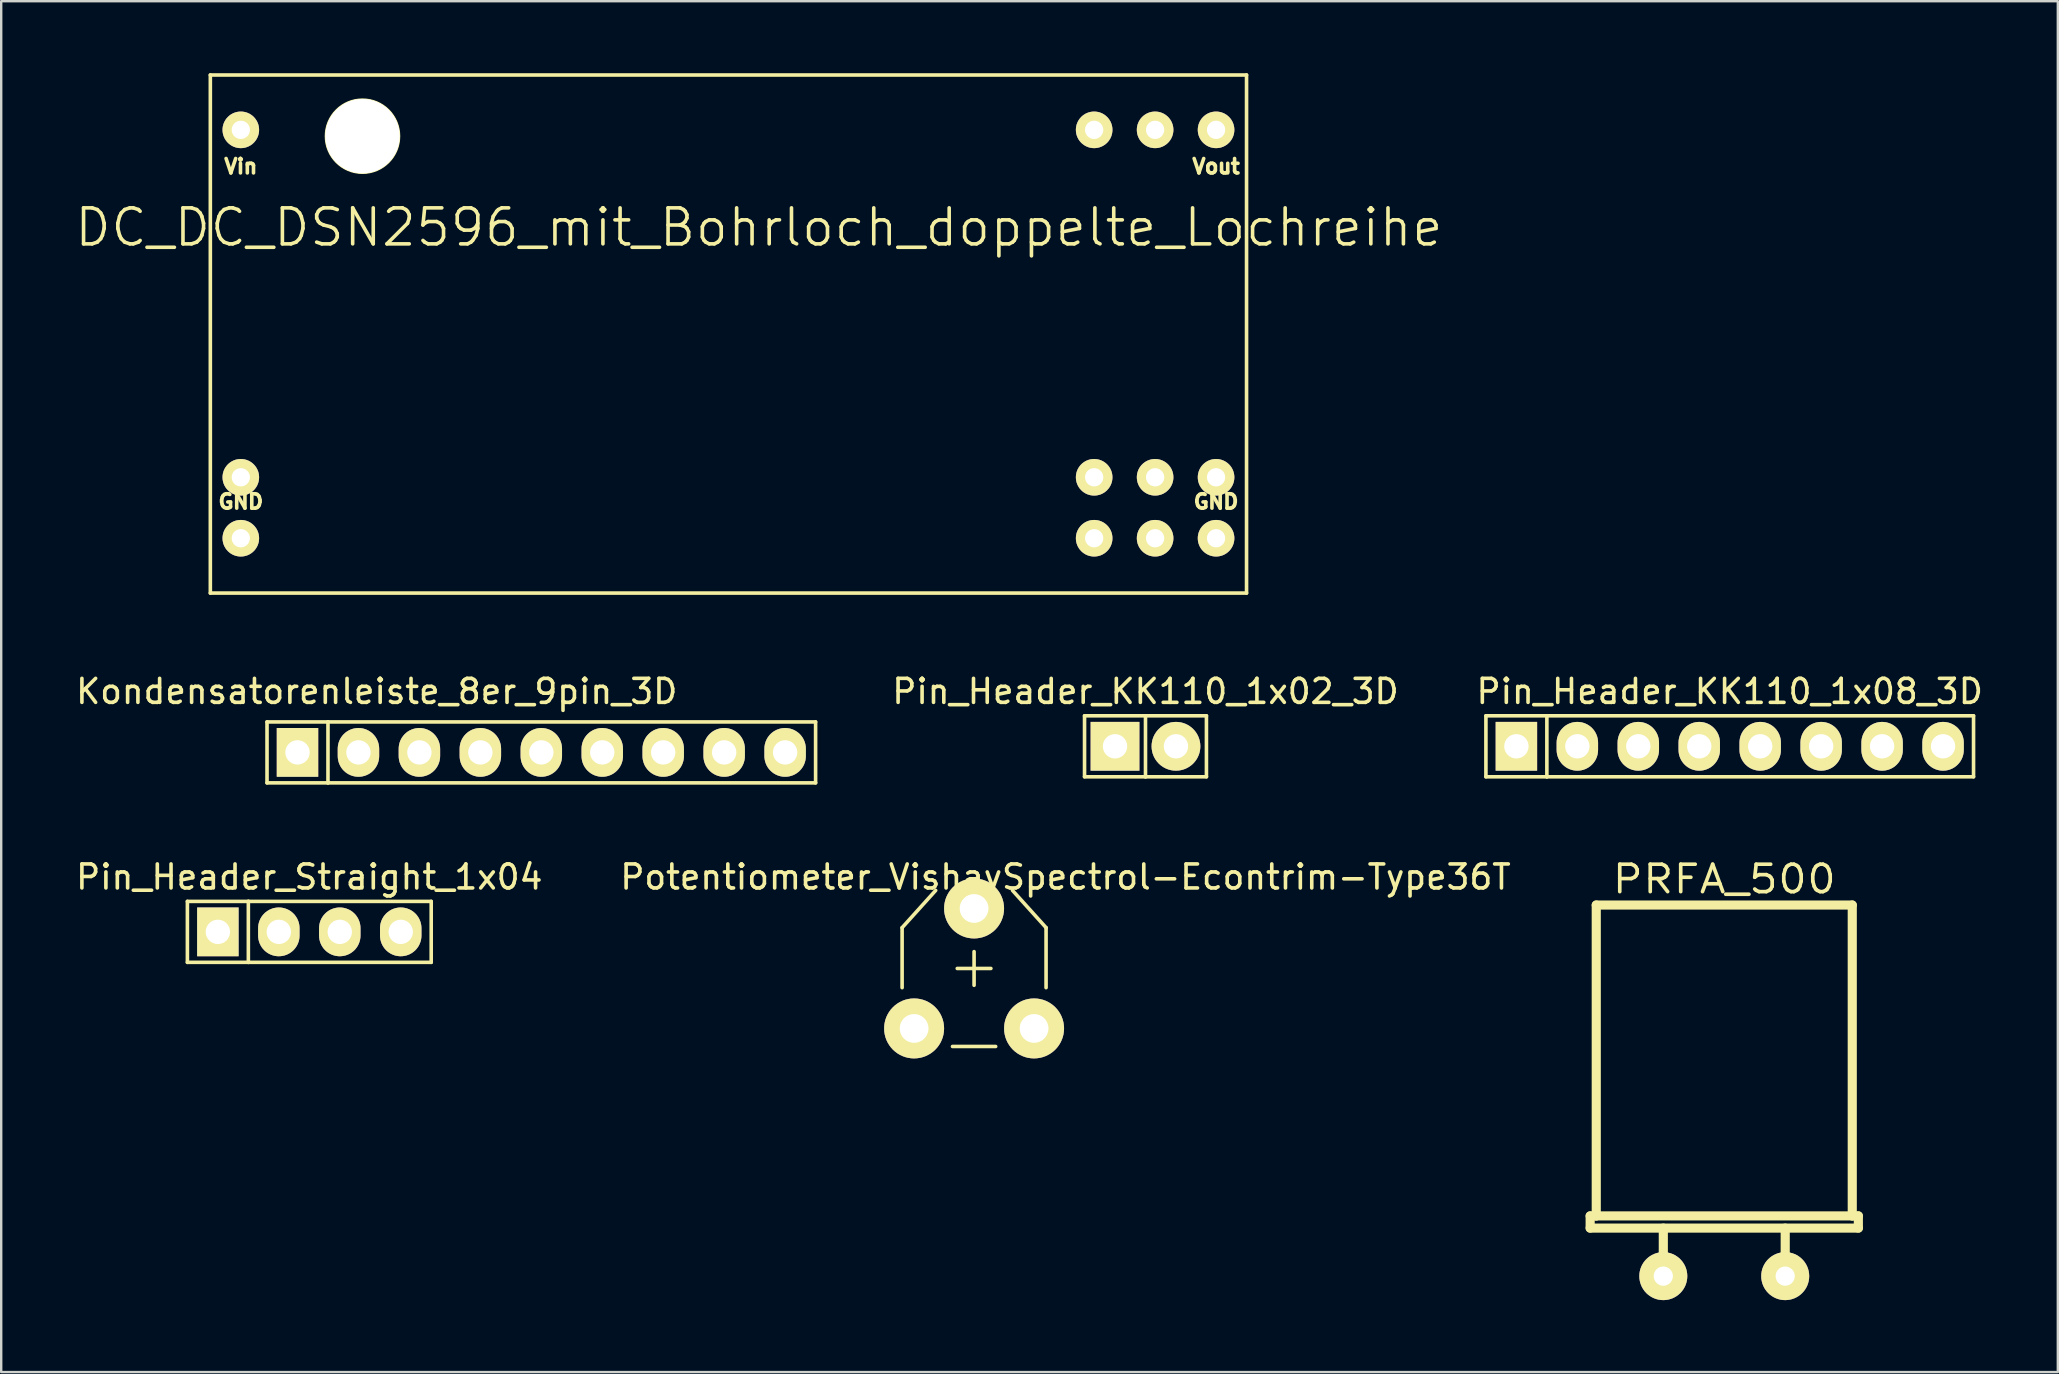
<source format=kicad_pcb>
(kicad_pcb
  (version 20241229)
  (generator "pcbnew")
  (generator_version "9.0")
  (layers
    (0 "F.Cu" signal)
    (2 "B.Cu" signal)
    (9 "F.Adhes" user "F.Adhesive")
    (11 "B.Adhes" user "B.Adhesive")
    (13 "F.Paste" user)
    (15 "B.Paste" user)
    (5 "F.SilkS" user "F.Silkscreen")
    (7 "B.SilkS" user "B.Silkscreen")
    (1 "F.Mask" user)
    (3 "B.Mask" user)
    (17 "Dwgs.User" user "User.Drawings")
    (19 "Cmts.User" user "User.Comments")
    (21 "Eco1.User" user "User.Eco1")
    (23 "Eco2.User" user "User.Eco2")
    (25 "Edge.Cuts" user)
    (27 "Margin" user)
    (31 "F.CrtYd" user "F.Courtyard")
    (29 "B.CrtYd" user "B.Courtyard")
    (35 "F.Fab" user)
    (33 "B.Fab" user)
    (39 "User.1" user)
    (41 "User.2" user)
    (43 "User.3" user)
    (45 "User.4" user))
  (footprint "Potentiometer_VishaySpectrol-Econtrim-Type36T"
    (layer "F.Cu")
    (at 35.042 39.806)
    (property "Reference" "Potentiometer_VishaySpectrol-Econtrim-Type36T" (at 6.309 -6.309 0) (layer "F.SilkS") (effects (font (size 1 1) (thickness 0.15))))
    (attr through_hole)
    (fp_line (start -0.5 -4.199) (end -0.5 -1.699) (stroke (width 0.15) (type solid)) (layer "F.SilkS"))
    (fp_line (start 0.899 -5.751) (end -0.5 -4.199) (stroke (width 0.15) (type solid)) (layer "F.SilkS"))
    (fp_line (start 1.6 0.752) (end 3.399 0.752) (stroke (width 0.15) (type solid)) (layer "F.SilkS"))
    (fp_line (start 1.798 -2.499) (end 3.2 -2.499) (stroke (width 0.15) (type solid)) (layer "F.SilkS"))
    (fp_line (start 2.499 -1.798) (end 2.499 -3.2) (stroke (width 0.15) (type solid)) (layer "F.SilkS"))
    (fp_line (start 4.1 -5.751) (end 5.499 -4.199) (stroke (width 0.15) (type solid)) (layer "F.SilkS"))
    (fp_line (start 5.499 -4.199) (end 5.499 -1.699) (stroke (width 0.15) (type solid)) (layer "F.SilkS"))
    (pad "1" thru_hole circle (at 0 0) (size 2.499 2.499) (drill 1.199) (layers "*.Cu" "*.Mask" "F.SilkS"))
    (pad "2" thru_hole circle (at 2.499 -4.999) (size 2.499 2.499) (drill 1.199) (layers "*.Cu" "*.Mask" "F.SilkS"))
    (pad "3" thru_hole circle (at 4.999 0) (size 2.499 2.499) (drill 1.199) (layers "*.Cu" "*.Mask" "F.SilkS")))
  (footprint "Kondensatorenleiste_8er_9pin_3D"
    (layer "F.Cu")
    (at 19.507 28.303)
    (property "Reference" "Kondensatorenleiste_8er_9pin_3D" (at -6.858 -2.54 0) (layer "F.SilkS") (effects (font (size 1 1) (thickness 0.15))))
    (attr through_hole)
    (fp_line (start -11.43 -1.27) (end -11.43 1.27) (stroke (width 0.15) (type solid)) (layer "F.SilkS"))
    (fp_line (start -11.43 -1.27) (end -8.89 -1.27) (stroke (width 0.15) (type solid)) (layer "F.SilkS"))
    (fp_line (start -11.43 1.27) (end -8.89 1.27) (stroke (width 0.15) (type solid)) (layer "F.SilkS"))
    (fp_line (start -8.89 -1.27) (end -8.89 1.27) (stroke (width 0.15) (type solid)) (layer "F.SilkS"))
    (fp_line (start -8.89 -1.27) (end 11.43 -1.27) (stroke (width 0.15) (type solid)) (layer "F.SilkS"))
    (fp_line (start 11.43 -1.27) (end 11.43 1.27) (stroke (width 0.15) (type solid)) (layer "F.SilkS"))
    (fp_line (start 11.43 1.27) (end -8.89 1.27) (stroke (width 0.15) (type solid)) (layer "F.SilkS"))
    (pad "1" thru_hole rect (at -10.16 0) (size 1.727 2.032) (drill 1.016) (layers "*.Cu" "*.Mask" "F.SilkS"))
    (pad "2" thru_hole oval (at -7.62 0) (size 1.727 2.032) (drill 1.016) (layers "*.Cu" "*.Mask" "F.SilkS"))
    (pad "3" thru_hole oval (at -5.08 0) (size 1.727 2.032) (drill 1.016) (layers "*.Cu" "*.Mask" "F.SilkS"))
    (pad "4" thru_hole oval (at -2.54 0) (size 1.727 2.032) (drill 1.016) (layers "*.Cu" "*.Mask" "F.SilkS"))
    (pad "5" thru_hole oval (at 0 0) (size 1.727 2.032) (drill 1.016) (layers "*.Cu" "*.Mask" "F.SilkS"))
    (pad "6" thru_hole oval (at 2.54 0) (size 1.727 2.032) (drill 1.016) (layers "*.Cu" "*.Mask" "F.SilkS"))
    (pad "7" thru_hole oval (at 5.08 0) (size 1.727 2.032) (drill 1.016) (layers "*.Cu" "*.Mask" "F.SilkS"))
    (pad "8" thru_hole oval (at 7.62 0) (size 1.727 2.032) (drill 1.016) (layers "*.Cu" "*.Mask" "F.SilkS"))
    (pad "9" thru_hole oval (at 10.16 0) (size 1.727 2.032) (drill 1.016) (layers "*.Cu" "*.Mask" "F.SilkS")))
  (footprint "DC_DC_DSN2596_mit_Bohrloch_doppelte_Lochreihe"
    (layer "F.Cu")
    (at 5.715 21.665)
    (property "Reference" "DC_DC_DSN2596_mit_Bohrloch_doppelte_Lochreihe" (at 22.86 -15.24 0) (layer "F.SilkS") (effects (font (size 1.5 1.5) (thickness 0.15))))
    (attr through_hole)
    (fp_line (start 0 -21.59) (end 43.18 -21.59) (stroke (width 0.15) (type solid)) (layer "F.SilkS"))
    (fp_line (start 0 0) (end 0 -21.59) (stroke (width 0.15) (type solid)) (layer "F.SilkS"))
    (fp_line (start 43.18 -21.59) (end 43.18 0) (stroke (width 0.15) (type solid)) (layer "F.SilkS"))
    (fp_line (start 43.18 0) (end 0 0) (stroke (width 0.15) (type solid)) (layer "F.SilkS"))
    (fp_circle (center 6.34 -19.04) (end 4.84 -19.04) (stroke (width 0.15) (type solid)) (fill no) (layer "F.SilkS"))
    (fp_text user "GND" (at 1.27 -3.81 0) (layer "F.SilkS") (effects (font (size 0.6 0.6) (thickness 0.15))))
    (fp_text user "Vin" (at 1.27 -17.78 0) (layer "F.SilkS") (effects (font (size 0.6 0.6) (thickness 0.15))))
    (fp_text user "Vout" (at 41.91 -17.78 0) (layer "F.SilkS") (effects (font (size 0.6 0.6) (thickness 0.15))))
    (fp_text user "GND" (at 41.91 -3.81 0) (layer "F.SilkS") (effects (font (size 0.6 0.6) (thickness 0.15))))
    (pad "1" thru_hole circle (at 36.83 -4.826) (size 1.524 1.524) (drill 0.762) (layers "*.Cu" "*.Mask" "F.SilkS"))
    (pad "1" thru_hole circle (at 36.83 -2.286) (size 1.524 1.524) (drill 0.762) (layers "*.Cu" "*.Mask" "F.SilkS"))
    (pad "1" thru_hole circle (at 39.37 -4.826) (size 1.524 1.524) (drill 0.762) (layers "*.Cu" "*.Mask" "F.SilkS"))
    (pad "1" thru_hole circle (at 39.37 -2.286) (size 1.524 1.524) (drill 0.762) (layers "*.Cu" "*.Mask" "F.SilkS"))
    (pad "1" thru_hole circle (at 41.91 -4.826) (size 1.524 1.524) (drill 0.762) (layers "*.Cu" "*.Mask" "F.SilkS"))
    (pad "1" thru_hole circle (at 41.91 -2.286) (size 1.524 1.524) (drill 0.762) (layers "*.Cu" "*.Mask" "F.SilkS"))
    (pad "2" thru_hole circle (at 36.83 -19.304) (size 1.524 1.524) (drill 0.762) (layers "*.Cu" "*.Mask" "F.SilkS"))
    (pad "2" thru_hole circle (at 39.37 -19.304) (size 1.524 1.524) (drill 0.762) (layers "*.Cu" "*.Mask" "F.SilkS"))
    (pad "2" thru_hole circle (at 41.91 -19.304) (size 1.524 1.524) (drill 0.762) (layers "*.Cu" "*.Mask" "F.SilkS"))
    (pad "3" thru_hole circle (at 1.27 -19.304) (size 1.524 1.524) (drill 0.762) (layers "*.Cu" "*.Mask" "F.SilkS"))
    (pad "4" thru_hole circle (at 1.27 -4.826) (size 1.524 1.524) (drill 0.762) (layers "*.Cu" "*.Mask" "F.SilkS"))
    (pad "4" thru_hole circle (at 1.27 -2.286) (size 1.524 1.524) (drill 0.762) (layers "*.Cu" "*.Mask" "F.SilkS"))
    (pad "~" thru_hole circle (at 6.34 -19.04) (size 3.1 3.1) (drill 3.1) (layers "*.Cu" "*.Mask" "F.SilkS")))
  (footprint "Pin_Header_KK110_1x02_3D"
    (layer "F.Cu")
    (at 44.684 28.049)
    (property "Reference" "Pin_Header_KK110_1x02_3D" (at 0 -2.286 0) (layer "F.SilkS") (effects (font (size 1 1) (thickness 0.15))))
    (attr through_hole)
    (fp_line (start -2.54 -1.27) (end -2.54 1.27) (stroke (width 0.15) (type solid)) (layer "F.SilkS"))
    (fp_line (start -2.54 1.27) (end 0 1.27) (stroke (width 0.15) (type solid)) (layer "F.SilkS"))
    (fp_line (start 0 -1.27) (end 0 1.27) (stroke (width 0.15) (type solid)) (layer "F.SilkS"))
    (fp_line (start 0 1.27) (end 2.54 1.27) (stroke (width 0.15) (type solid)) (layer "F.SilkS"))
    (fp_line (start 2.54 -1.27) (end -2.54 -1.27) (stroke (width 0.15) (type solid)) (layer "F.SilkS"))
    (fp_line (start 2.54 1.27) (end 2.54 -1.27) (stroke (width 0.15) (type solid)) (layer "F.SilkS"))
    (pad "1" thru_hole rect (at -1.27 0) (size 2.032 2.032) (drill 1.016) (layers "*.Cu" "*.Mask" "F.SilkS"))
    (pad "2" thru_hole oval (at 1.27 0) (size 2.032 2.032) (drill 1.016) (layers "*.Cu" "*.Mask" "F.SilkS")))
  (footprint "Pin_Header_KK110_1x08_3D"
    (layer "F.Cu")
    (at 69.03 28.049)
    (property "Reference" "Pin_Header_KK110_1x08_3D" (at 0 -2.286 0) (layer "F.SilkS") (effects (font (size 1 1) (thickness 0.15))))
    (attr through_hole)
    (fp_line (start -10.16 -1.27) (end -10.16 1.27) (stroke (width 0.15) (type solid)) (layer "F.SilkS"))
    (fp_line (start -10.16 -1.27) (end -7.62 -1.27) (stroke (width 0.15) (type solid)) (layer "F.SilkS"))
    (fp_line (start -10.16 1.27) (end -7.62 1.27) (stroke (width 0.15) (type solid)) (layer "F.SilkS"))
    (fp_line (start -7.62 -1.27) (end -7.62 1.27) (stroke (width 0.15) (type solid)) (layer "F.SilkS"))
    (fp_line (start -7.62 -1.27) (end 10.16 -1.27) (stroke (width 0.15) (type solid)) (layer "F.SilkS"))
    (fp_line (start 10.16 -1.27) (end 10.16 1.27) (stroke (width 0.15) (type solid)) (layer "F.SilkS"))
    (fp_line (start 10.16 1.27) (end -7.62 1.27) (stroke (width 0.15) (type solid)) (layer "F.SilkS"))
    (pad "1" thru_hole rect (at -8.89 0) (size 1.727 2.032) (drill 1.016) (layers "*.Cu" "*.Mask" "F.SilkS"))
    (pad "2" thru_hole oval (at -6.35 0) (size 1.727 2.032) (drill 1.016) (layers "*.Cu" "*.Mask" "F.SilkS"))
    (pad "3" thru_hole oval (at -3.81 0) (size 1.727 2.032) (drill 1.016) (layers "*.Cu" "*.Mask" "F.SilkS"))
    (pad "4" thru_hole oval (at -1.27 0) (size 1.727 2.032) (drill 1.016) (layers "*.Cu" "*.Mask" "F.SilkS"))
    (pad "5" thru_hole oval (at 1.27 0) (size 1.727 2.032) (drill 1.016) (layers "*.Cu" "*.Mask" "F.SilkS"))
    (pad "6" thru_hole oval (at 3.81 0) (size 1.727 2.032) (drill 1.016) (layers "*.Cu" "*.Mask" "F.SilkS"))
    (pad "7" thru_hole oval (at 6.35 0) (size 1.727 2.032) (drill 1.016) (layers "*.Cu" "*.Mask" "F.SilkS"))
    (pad "8" thru_hole oval (at 8.89 0) (size 1.727 2.032) (drill 1.016) (layers "*.Cu" "*.Mask" "F.SilkS")))
  (footprint "Pin_Header_Straight_1x04"
    (layer "F.Cu")
    (at 9.839 35.782)
    (property "Reference" "Pin_Header_Straight_1x04" (at 0 -2.286 0) (layer "F.SilkS") (effects (font (size 1 1) (thickness 0.15))))
    (attr through_hole)
    (fp_line (start -5.08 -1.27) (end -5.08 1.27) (stroke (width 0.15) (type solid)) (layer "F.SilkS"))
    (fp_line (start -5.08 -1.27) (end -2.54 -1.27) (stroke (width 0.15) (type solid)) (layer "F.SilkS"))
    (fp_line (start -5.08 1.27) (end -2.54 1.27) (stroke (width 0.15) (type solid)) (layer "F.SilkS"))
    (fp_line (start -2.54 -1.27) (end -2.54 1.27) (stroke (width 0.15) (type solid)) (layer "F.SilkS"))
    (fp_line (start -2.54 -1.27) (end 5.08 -1.27) (stroke (width 0.15) (type solid)) (layer "F.SilkS"))
    (fp_line (start -2.54 1.27) (end 5.08 1.27) (stroke (width 0.15) (type solid)) (layer "F.SilkS"))
    (fp_line (start 5.08 1.27) (end 5.08 -1.27) (stroke (width 0.15) (type solid)) (layer "F.SilkS"))
    (pad "1" thru_hole rect (at -3.81 0) (size 1.727 2.032) (drill 1.016) (layers "*.Cu" "*.Mask" "F.SilkS"))
    (pad "2" thru_hole oval (at -1.27 0) (size 1.727 2.032) (drill 1.016) (layers "*.Cu" "*.Mask" "F.SilkS"))
    (pad "3" thru_hole oval (at 1.27 0) (size 1.727 2.032) (drill 1.016) (layers "*.Cu" "*.Mask" "F.SilkS"))
    (pad "4" thru_hole oval (at 3.81 0) (size 1.727 2.032) (drill 1.016) (layers "*.Cu" "*.Mask" "F.SilkS")))
  (footprint "PRFA_500"
    (layer "F.Cu")
    (at 68.802 42.284)
    (property "Reference" "PRFA_500" (at 0 -8.7 0) (layer "F.SilkS") (effects (font (size 1.143 1.27) (thickness 0.152))))
    (attr through_hole)
    (fp_line (start -5.588 5.334) (end -5.334 5.334) (stroke (width 0.381) (type solid)) (layer "F.SilkS"))
    (fp_line (start -5.588 5.842) (end -5.588 5.334) (stroke (width 0.381) (type solid)) (layer "F.SilkS"))
    (fp_line (start -5.334 -7.62) (end 5.334 -7.62) (stroke (width 0.381) (type solid)) (layer "F.SilkS"))
    (fp_line (start -5.334 5.334) (end -5.334 -7.62) (stroke (width 0.381) (type solid)) (layer "F.SilkS"))
    (fp_line (start -2.54 7.874) (end -2.54 5.842) (stroke (width 0.381) (type solid)) (layer "F.SilkS"))
    (fp_line (start 2.54 7.874) (end 2.54 5.842) (stroke (width 0.381) (type solid)) (layer "F.SilkS"))
    (fp_line (start 5.334 -7.62) (end 5.334 5.334) (stroke (width 0.381) (type solid)) (layer "F.SilkS"))
    (fp_line (start 5.334 5.334) (end -5.334 5.334) (stroke (width 0.381) (type solid)) (layer "F.SilkS"))
    (fp_line (start 5.334 5.334) (end 5.588 5.334) (stroke (width 0.381) (type solid)) (layer "F.SilkS"))
    (fp_line (start 5.588 5.334) (end 5.588 5.842) (stroke (width 0.381) (type solid)) (layer "F.SilkS"))
    (fp_line (start 5.588 5.842) (end -5.588 5.842) (stroke (width 0.381) (type solid)) (layer "F.SilkS"))
    (pad "1" thru_hole circle (at -2.54 7.844) (size 1.999 1.999) (drill 0.8) (layers "*.Cu" "*.Mask" "F.SilkS"))
    (pad "2" thru_hole circle (at 2.54 7.844) (size 1.999 1.999) (drill 0.8) (layers "*.Cu" "*.Mask" "F.SilkS")))
  (gr_rect
    (start -3 -3)
    (end 82.702 54.127)
    (stroke (width 0.1) (type default))
    (fill no)
    (layer "Edge.Cuts")))
</source>
